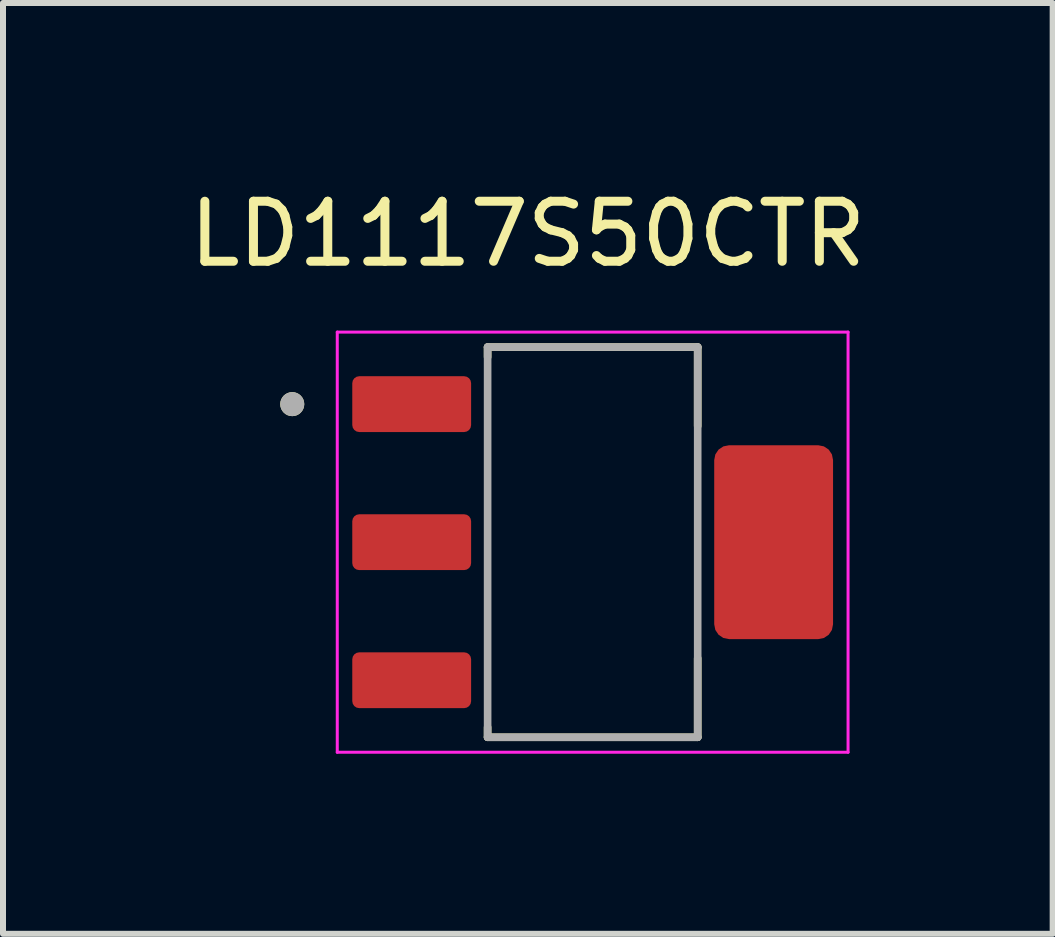
<source format=kicad_pcb>
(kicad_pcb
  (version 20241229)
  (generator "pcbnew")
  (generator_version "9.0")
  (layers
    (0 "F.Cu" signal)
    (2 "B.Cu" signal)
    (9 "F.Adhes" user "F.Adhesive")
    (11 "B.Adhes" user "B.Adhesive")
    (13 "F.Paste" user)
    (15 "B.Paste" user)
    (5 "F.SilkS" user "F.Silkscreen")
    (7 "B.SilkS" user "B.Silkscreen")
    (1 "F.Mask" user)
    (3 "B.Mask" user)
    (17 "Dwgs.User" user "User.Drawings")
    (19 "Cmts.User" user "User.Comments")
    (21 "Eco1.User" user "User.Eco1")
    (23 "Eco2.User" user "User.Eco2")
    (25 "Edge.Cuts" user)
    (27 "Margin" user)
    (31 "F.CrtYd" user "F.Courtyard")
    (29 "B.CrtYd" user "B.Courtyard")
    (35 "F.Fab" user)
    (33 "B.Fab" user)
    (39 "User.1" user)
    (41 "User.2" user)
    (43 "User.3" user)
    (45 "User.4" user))
  (footprint "LD1117S50CTR"
    (layer "F.Cu")
    (at 6.824 5.983)
    (property "Reference" "LD1117S50CTR" (at -1.08 -5.135 0) (layer "F.SilkS") (effects (font (size 1 1) (thickness 0.15))))
    (attr smd)
    (fp_line (start -1.75 -3.25) (end -1.75 -3.085) (stroke (width 0.127) (type solid)) (layer "F.SilkS"))
    (fp_line (start -1.75 3.25) (end -1.75 3.085) (stroke (width 0.127) (type solid)) (layer "F.SilkS"))
    (fp_line (start -1.75 3.25) (end 1.75 3.25) (stroke (width 0.127) (type solid)) (layer "F.SilkS"))
    (fp_line (start 1.75 -3.25) (end -1.75 -3.25) (stroke (width 0.127) (type solid)) (layer "F.SilkS"))
    (fp_line (start 1.75 -1.935) (end 1.75 -3.25) (stroke (width 0.127) (type solid)) (layer "F.SilkS"))
    (fp_line (start 1.75 3.25) (end 1.75 1.935) (stroke (width 0.127) (type solid)) (layer "F.SilkS"))
    (fp_circle (center -5.005 -2.3) (end -4.905 -2.3) (stroke (width 0.2) (type solid)) (fill no) (layer "F.SilkS"))
    (fp_line (start -4.255 -3.5) (end -4.255 3.5) (stroke (width 0.05) (type solid)) (layer "F.CrtYd"))
    (fp_line (start -4.255 3.5) (end 4.255 3.5) (stroke (width 0.05) (type solid)) (layer "F.CrtYd"))
    (fp_line (start 4.255 -3.5) (end -4.255 -3.5) (stroke (width 0.05) (type solid)) (layer "F.CrtYd"))
    (fp_line (start 4.255 3.5) (end 4.255 -3.5) (stroke (width 0.05) (type solid)) (layer "F.CrtYd"))
    (fp_line (start -1.75 -3.25) (end -1.75 3.25) (stroke (width 0.127) (type solid)) (layer "F.Fab"))
    (fp_line (start -1.75 3.25) (end 1.75 3.25) (stroke (width 0.127) (type solid)) (layer "F.Fab"))
    (fp_line (start 1.75 -3.25) (end -1.75 -3.25) (stroke (width 0.127) (type solid)) (layer "F.Fab"))
    (fp_line (start 1.75 3.25) (end 1.75 -3.25) (stroke (width 0.127) (type solid)) (layer "F.Fab"))
    (fp_circle (center -5.005 -2.3) (end -4.905 -2.3) (stroke (width 0.2) (type solid)) (fill no) (layer "F.Fab"))
    (pad "1" smd roundrect (at -3.015 -2.3) (size 1.98 0.93) (layers "F.Cu" "F.Mask" "F.Paste") (roundrect_rratio 0.125))
    (pad "2" smd roundrect (at -3.015 0) (size 1.98 0.93) (layers "F.Cu" "F.Mask" "F.Paste") (roundrect_rratio 0.125))
    (pad "3" smd roundrect (at -3.015 2.3) (size 1.98 0.93) (layers "F.Cu" "F.Mask" "F.Paste") (roundrect_rratio 0.125))
    (pad "4" smd roundrect (at 3.015 0) (size 1.98 3.23) (layers "F.Cu" "F.Mask" "F.Paste") (roundrect_rratio 0.125)))
  (gr_rect
    (start -3 -3)
    (end 14.488 12.508)
    (stroke (width 0.1) (type default))
    (fill no)
    (layer "Edge.Cuts")))
</source>
